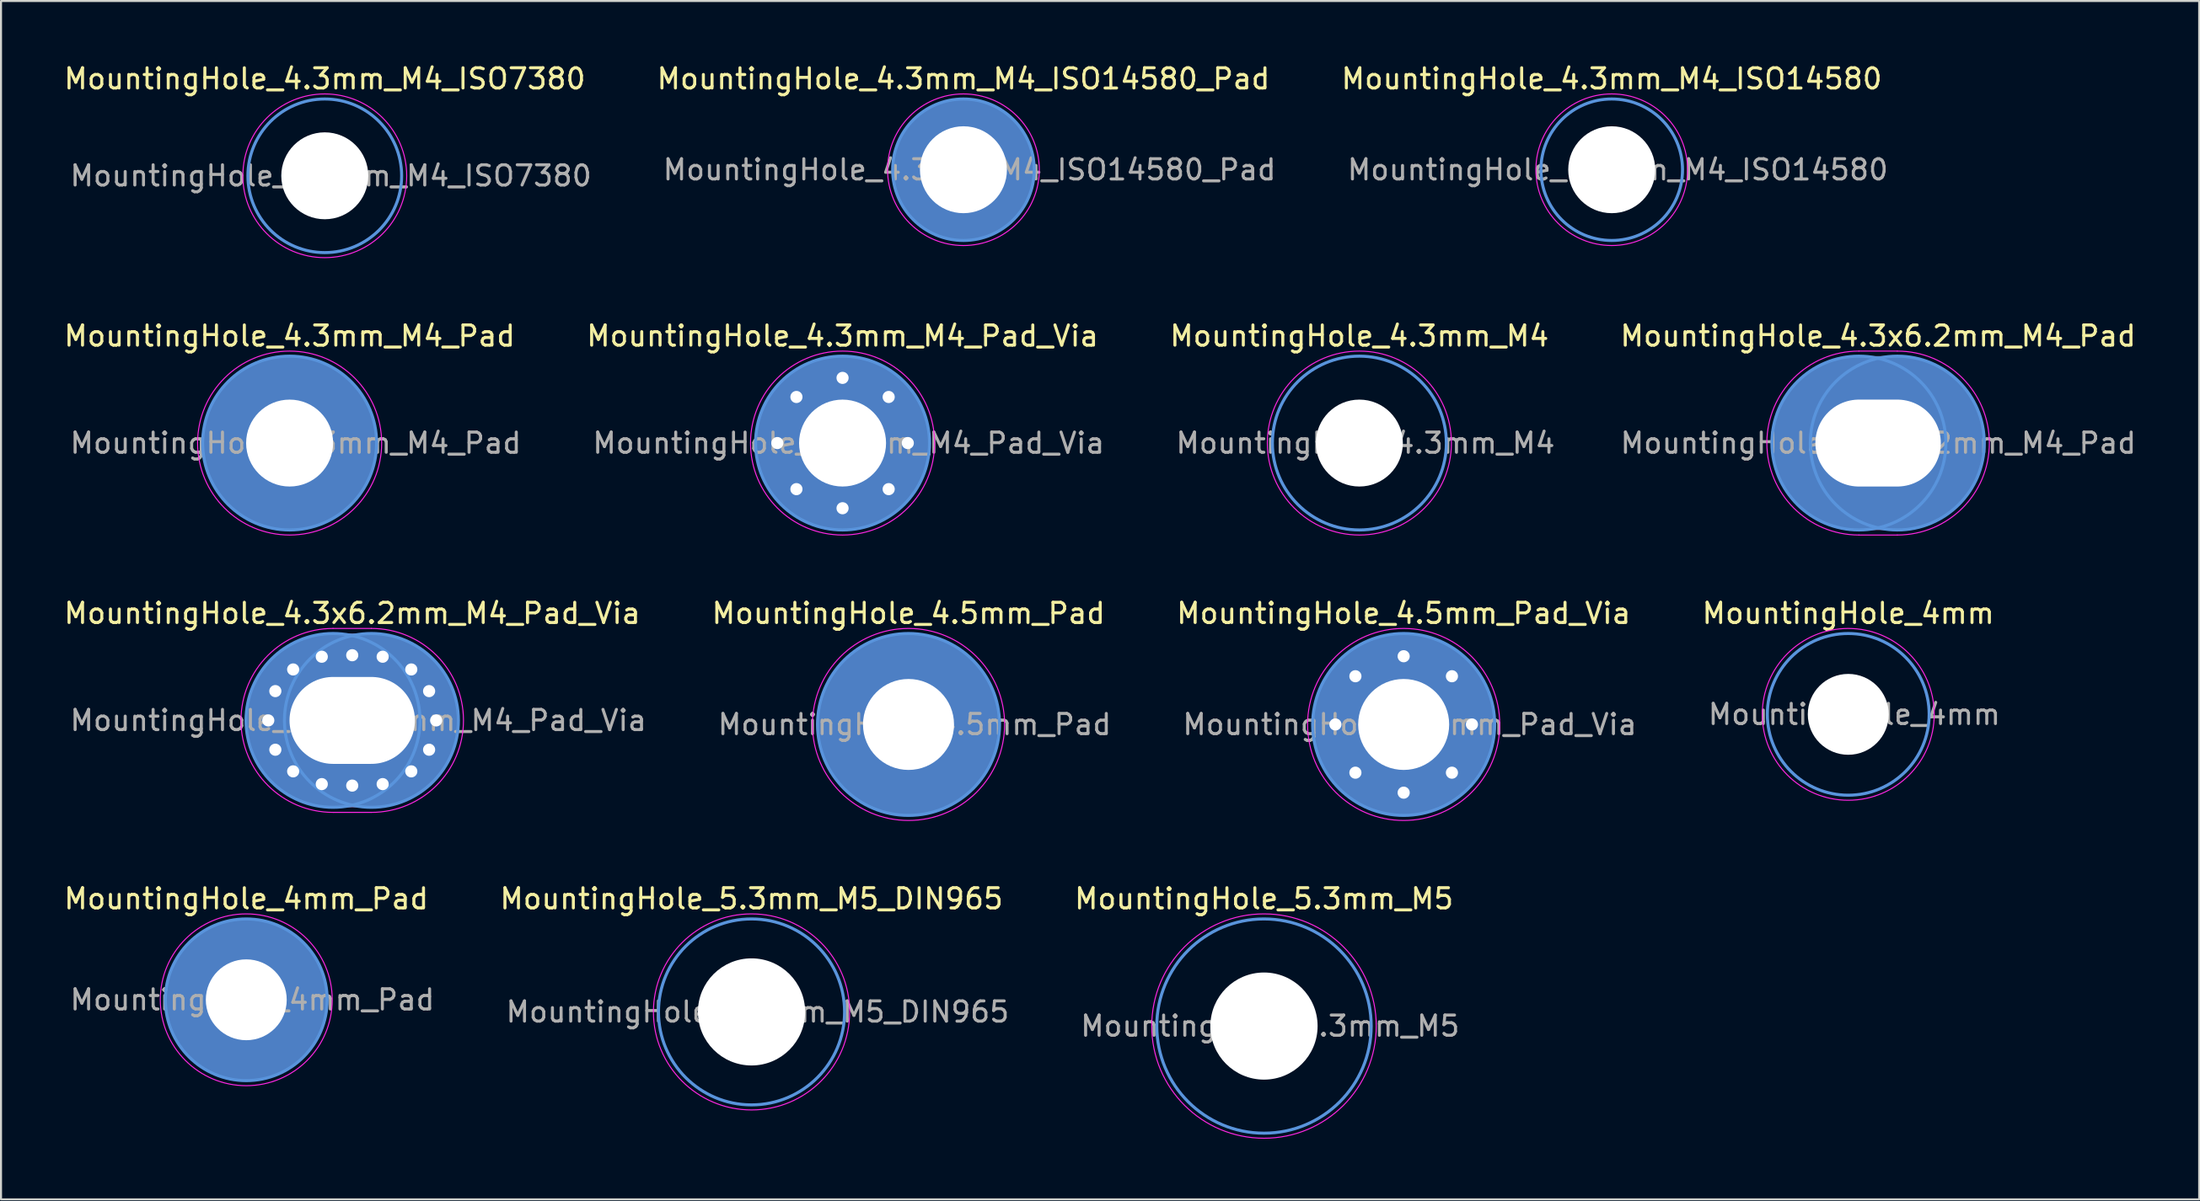
<source format=kicad_pcb>
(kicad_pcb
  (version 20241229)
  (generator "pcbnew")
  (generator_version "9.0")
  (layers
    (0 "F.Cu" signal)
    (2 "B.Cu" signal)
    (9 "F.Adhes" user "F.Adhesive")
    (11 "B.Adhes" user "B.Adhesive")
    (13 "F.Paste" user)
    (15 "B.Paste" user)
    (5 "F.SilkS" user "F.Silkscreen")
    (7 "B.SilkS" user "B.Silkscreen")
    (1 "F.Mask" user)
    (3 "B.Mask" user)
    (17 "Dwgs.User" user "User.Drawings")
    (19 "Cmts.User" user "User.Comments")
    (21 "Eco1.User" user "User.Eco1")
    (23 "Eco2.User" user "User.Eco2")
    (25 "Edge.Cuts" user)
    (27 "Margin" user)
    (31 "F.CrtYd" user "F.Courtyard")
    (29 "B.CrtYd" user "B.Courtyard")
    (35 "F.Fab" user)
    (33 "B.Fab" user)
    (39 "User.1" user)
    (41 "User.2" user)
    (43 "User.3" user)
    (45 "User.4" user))
  (footprint "MountingHole_4.3mm_M4_ISO14580_Pad"
    (layer "F.Cu")
    (at 44.58 5.348)
    (property "Reference" "MountingHole_4.3mm_M4_ISO14580_Pad" (at 0 -4.5 0) (layer "F.SilkS") (effects (font (size 1 1) (thickness 0.15))))
    (attr exclude_from_pos_files exclude_from_bom)
    (fp_circle (center 0 0) (end 3.5 0) (stroke (width 0.15) (type solid)) (fill no) (layer "Cmts.User"))
    (fp_circle (center 0 0) (end 3.75 0) (stroke (width 0.05) (type solid)) (fill no) (layer "F.CrtYd"))
    (fp_text user "${REFERENCE}" (at 0.3 0 0) (layer "F.Fab") (effects (font (size 1 1) (thickness 0.15))))
    (pad "1" thru_hole circle (at 0 0) (size 7 7) (drill 4.3) (layers "*.Cu" "*.Mask")))
  (footprint "MountingHole_4.3mm_M4_ISO7380"
    (layer "F.Cu")
    (at 13.006 5.648)
    (property "Reference" "MountingHole_4.3mm_M4_ISO7380" (at 0 -4.8 0) (layer "F.SilkS") (effects (font (size 1 1) (thickness 0.15))))
    (attr exclude_from_pos_files exclude_from_bom)
    (fp_circle (center 0 0) (end 3.8 0) (stroke (width 0.15) (type solid)) (fill no) (layer "Cmts.User"))
    (fp_circle (center 0 0) (end 4.05 0) (stroke (width 0.05) (type solid)) (fill no) (layer "F.CrtYd"))
    (fp_text user "${REFERENCE}" (at 0.3 0 0) (layer "F.Fab") (effects (font (size 1 1) (thickness 0.15))))
    (pad "" np_thru_hole circle (at 0 0) (size 4.3 4.3) (drill 4.3) (layers "*.Cu" "*.Mask")))
  (footprint "MountingHole_4.5mm_Pad_Via"
    (layer "F.Cu")
    (at 66.344 32.795)
    (property "Reference" "MountingHole_4.5mm_Pad_Via" (at 0 -5.5 0) (layer "F.SilkS") (effects (font (size 1 1) (thickness 0.15))))
    (attr exclude_from_pos_files exclude_from_bom)
    (fp_circle (center 0 0) (end 4.5 0) (stroke (width 0.15) (type solid)) (fill no) (layer "Cmts.User"))
    (fp_circle (center 0 0) (end 4.75 0) (stroke (width 0.05) (type solid)) (fill no) (layer "F.CrtYd"))
    (fp_text user "${REFERENCE}" (at 0.3 0 0) (layer "F.Fab") (effects (font (size 1 1) (thickness 0.15))))
    (pad "1" thru_hole circle (at -3.375 0) (size 0.9 0.9) (drill 0.6) (layers "*.Cu" "*.Mask"))
    (pad "1" thru_hole circle (at -2.386 -2.386) (size 0.9 0.9) (drill 0.6) (layers "*.Cu" "*.Mask"))
    (pad "1" thru_hole circle (at -2.386 2.386) (size 0.9 0.9) (drill 0.6) (layers "*.Cu" "*.Mask"))
    (pad "1" thru_hole circle (at 0 -3.375) (size 0.9 0.9) (drill 0.6) (layers "*.Cu" "*.Mask"))
    (pad "1" thru_hole circle (at 0 0) (size 9 9) (drill 4.5) (layers "*.Cu" "*.Mask"))
    (pad "1" thru_hole circle (at 0 3.375) (size 0.9 0.9) (drill 0.6) (layers "*.Cu" "*.Mask"))
    (pad "1" thru_hole circle (at 2.386 -2.386) (size 0.9 0.9) (drill 0.6) (layers "*.Cu" "*.Mask"))
    (pad "1" thru_hole circle (at 2.386 2.386) (size 0.9 0.9) (drill 0.6) (layers "*.Cu" "*.Mask"))
    (pad "1" thru_hole circle (at 3.375 0) (size 0.9 0.9) (drill 0.6) (layers "*.Cu" "*.Mask")))
  (footprint "MountingHole_5.3mm_M5"
    (layer "F.Cu")
    (at 59.439 47.718)
    (property "Reference" "MountingHole_5.3mm_M5" (at 0 -6.3 0) (layer "F.SilkS") (effects (font (size 1 1) (thickness 0.15))))
    (attr exclude_from_pos_files exclude_from_bom)
    (fp_circle (center 0 0) (end 5.3 0) (stroke (width 0.15) (type solid)) (fill no) (layer "Cmts.User"))
    (fp_circle (center 0 0) (end 5.55 0) (stroke (width 0.05) (type solid)) (fill no) (layer "F.CrtYd"))
    (fp_text user "${REFERENCE}" (at 0.3 0 0) (layer "F.Fab") (effects (font (size 1 1) (thickness 0.15))))
    (pad "" np_thru_hole circle (at 0 0) (size 5.3 5.3) (drill 5.3) (layers "*.Cu" "*.Mask")))
  (footprint "MountingHole_4.3x6.2mm_M4_Pad"
    (layer "F.Cu")
    (at 89.799 18.872)
    (property "Reference" "MountingHole_4.3x6.2mm_M4_Pad" (at 0 -5.3 0) (layer "F.SilkS") (effects (font (size 1 1) (thickness 0.15))))
    (attr exclude_from_pos_files exclude_from_bom)
    (fp_circle (center -0.95 0) (end 3.35 0) (stroke (width 0.15) (type solid)) (fill no) (layer "Cmts.User"))
    (fp_circle (center 0.95 0) (end 5.25 0) (stroke (width 0.15) (type solid)) (fill no) (layer "Cmts.User"))
    (fp_line (start -0.95 -4.55) (end 0.95 -4.55) (stroke (width 0.05) (type solid)) (layer "F.CrtYd"))
    (fp_line (start 0.95 4.55) (end -0.95 4.55) (stroke (width 0.05) (type solid)) (layer "F.CrtYd"))
    (fp_arc (start -0.95 4.55) (mid -5.5 0) (end -0.95 -4.55) (stroke (width 0.05) (type solid)) (layer "F.CrtYd"))
    (fp_arc (start 0.95 -4.55) (mid 5.5 0) (end 0.95 4.55) (stroke (width 0.05) (type solid)) (layer "F.CrtYd"))
    (fp_text user "${REFERENCE}" (at 0.01 0 0) (layer "F.Fab") (effects (font (size 1 1) (thickness 0.15))))
    (pad "1" thru_hole oval (at 0 0) (size 10.4 8.6) (drill oval 6.2 4.3) (layers "*.Cu" "*.Mask")))
  (footprint "MountingHole_4.5mm_Pad"
    (layer "F.Cu")
    (at 41.865 32.795)
    (property "Reference" "MountingHole_4.5mm_Pad" (at 0 -5.5 0) (layer "F.SilkS") (effects (font (size 1 1) (thickness 0.15))))
    (attr exclude_from_pos_files exclude_from_bom)
    (fp_circle (center 0 0) (end 4.5 0) (stroke (width 0.15) (type solid)) (fill no) (layer "Cmts.User"))
    (fp_circle (center 0 0) (end 4.75 0) (stroke (width 0.05) (type solid)) (fill no) (layer "F.CrtYd"))
    (fp_text user "${REFERENCE}" (at 0.3 0 0) (layer "F.Fab") (effects (font (size 1 1) (thickness 0.15))))
    (pad "1" thru_hole circle (at 0 0) (size 9 9) (drill 4.5) (layers "*.Cu" "*.Mask")))
  (footprint "MountingHole_4.3mm_M4_Pad_Via"
    (layer "F.Cu")
    (at 38.604 18.872)
    (property "Reference" "MountingHole_4.3mm_M4_Pad_Via" (at 0 -5.3 0) (layer "F.SilkS") (effects (font (size 1 1) (thickness 0.15))))
    (attr exclude_from_pos_files exclude_from_bom)
    (fp_circle (center 0 0) (end 4.3 0) (stroke (width 0.15) (type solid)) (fill no) (layer "Cmts.User"))
    (fp_circle (center 0 0) (end 4.55 0) (stroke (width 0.05) (type solid)) (fill no) (layer "F.CrtYd"))
    (fp_text user "${REFERENCE}" (at 0.3 0 0) (layer "F.Fab") (effects (font (size 1 1) (thickness 0.15))))
    (pad "1" thru_hole circle (at -3.225 0) (size 0.9 0.9) (drill 0.6) (layers "*.Cu" "*.Mask"))
    (pad "1" thru_hole circle (at -2.28 -2.28) (size 0.9 0.9) (drill 0.6) (layers "*.Cu" "*.Mask"))
    (pad "1" thru_hole circle (at -2.28 2.28) (size 0.9 0.9) (drill 0.6) (layers "*.Cu" "*.Mask"))
    (pad "1" thru_hole circle (at 0 -3.225) (size 0.9 0.9) (drill 0.6) (layers "*.Cu" "*.Mask"))
    (pad "1" thru_hole circle (at 0 0) (size 8.6 8.6) (drill 4.3) (layers "*.Cu" "*.Mask"))
    (pad "1" thru_hole circle (at 0 3.225) (size 0.9 0.9) (drill 0.6) (layers "*.Cu" "*.Mask"))
    (pad "1" thru_hole circle (at 2.28 -2.28) (size 0.9 0.9) (drill 0.6) (layers "*.Cu" "*.Mask"))
    (pad "1" thru_hole circle (at 2.28 2.28) (size 0.9 0.9) (drill 0.6) (layers "*.Cu" "*.Mask"))
    (pad "1" thru_hole circle (at 3.225 0) (size 0.9 0.9) (drill 0.6) (layers "*.Cu" "*.Mask")))
  (footprint "MountingHole_4.3mm_M4"
    (layer "F.Cu")
    (at 64.154 18.872)
    (property "Reference" "MountingHole_4.3mm_M4" (at 0 -5.3 0) (layer "F.SilkS") (effects (font (size 1 1) (thickness 0.15))))
    (attr exclude_from_pos_files exclude_from_bom)
    (fp_circle (center 0 0) (end 4.3 0) (stroke (width 0.15) (type solid)) (fill no) (layer "Cmts.User"))
    (fp_circle (center 0 0) (end 4.55 0) (stroke (width 0.05) (type solid)) (fill no) (layer "F.CrtYd"))
    (fp_text user "${REFERENCE}" (at 0.3 0 0) (layer "F.Fab") (effects (font (size 1 1) (thickness 0.15))))
    (pad "" np_thru_hole circle (at 0 0) (size 4.3 4.3) (drill 4.3) (layers "*.Cu" "*.Mask")))
  (footprint "MountingHole_4.3x6.2mm_M4_Pad_Via"
    (layer "F.Cu")
    (at 14.363 32.595)
    (property "Reference" "MountingHole_4.3x6.2mm_M4_Pad_Via" (at 0 -5.3 0) (layer "F.SilkS") (effects (font (size 1 1) (thickness 0.15))))
    (attr exclude_from_pos_files exclude_from_bom)
    (fp_circle (center -0.95 0) (end 3.35 0) (stroke (width 0.15) (type solid)) (fill no) (layer "Cmts.User"))
    (fp_circle (center 0.95 0) (end 5.25 0) (stroke (width 0.15) (type solid)) (fill no) (layer "Cmts.User"))
    (fp_line (start -0.95 -4.55) (end 0.95 -4.55) (stroke (width 0.05) (type solid)) (layer "F.CrtYd"))
    (fp_line (start 0.95 4.55) (end -0.95 4.55) (stroke (width 0.05) (type solid)) (layer "F.CrtYd"))
    (fp_arc (start -0.95 4.55) (mid -5.5 0) (end -0.95 -4.55) (stroke (width 0.05) (type solid)) (layer "F.CrtYd"))
    (fp_arc (start 0.95 -4.55) (mid 5.5 0) (end 0.95 4.55) (stroke (width 0.05) (type solid)) (layer "F.CrtYd"))
    (fp_text user "${REFERENCE}" (at 0.3 0 0) (layer "F.Fab") (effects (font (size 1 1) (thickness 0.15))))
    (pad "1" thru_hole circle (at -4.15 0) (size 0.9 0.9) (drill 0.6) (layers "*.Cu" "*.Mask"))
    (pad "1" thru_hole circle (at -3.801 -1.45) (size 0.9 0.9) (drill 0.6) (layers "*.Cu" "*.Mask"))
    (pad "1" thru_hole circle (at -3.801 1.45) (size 0.9 0.9) (drill 0.6) (layers "*.Cu" "*.Mask"))
    (pad "1" thru_hole circle (at -2.92 -2.521) (size 0.9 0.9) (drill 0.6) (layers "*.Cu" "*.Mask"))
    (pad "1" thru_hole circle (at -2.92 2.521) (size 0.9 0.9) (drill 0.6) (layers "*.Cu" "*.Mask"))
    (pad "1" thru_hole circle (at -1.505 -3.151) (size 0.9 0.9) (drill 0.6) (layers "*.Cu" "*.Mask"))
    (pad "1" thru_hole circle (at -1.505 3.151) (size 0.9 0.9) (drill 0.6) (layers "*.Cu" "*.Mask"))
    (pad "1" thru_hole circle (at 0 -3.225) (size 0.9 0.9) (drill 0.6) (layers "*.Cu" "*.Mask"))
    (pad "1" thru_hole oval (at 0 0) (size 10.4 8.6) (drill oval 6.2 4.3) (layers "*.Cu" "*.Mask"))
    (pad "1" thru_hole circle (at 0 3.225) (size 0.9 0.9) (drill 0.6) (layers "*.Cu" "*.Mask"))
    (pad "1" thru_hole circle (at 1.505 -3.151) (size 0.9 0.9) (drill 0.6) (layers "*.Cu" "*.Mask"))
    (pad "1" thru_hole circle (at 1.505 3.151) (size 0.9 0.9) (drill 0.6) (layers "*.Cu" "*.Mask"))
    (pad "1" thru_hole circle (at 2.92 -2.521) (size 0.9 0.9) (drill 0.6) (layers "*.Cu" "*.Mask"))
    (pad "1" thru_hole circle (at 2.92 2.521) (size 0.9 0.9) (drill 0.6) (layers "*.Cu" "*.Mask"))
    (pad "1" thru_hole circle (at 3.801 -1.45) (size 0.9 0.9) (drill 0.6) (layers "*.Cu" "*.Mask"))
    (pad "1" thru_hole circle (at 3.801 1.45) (size 0.9 0.9) (drill 0.6) (layers "*.Cu" "*.Mask"))
    (pad "1" thru_hole circle (at 4.15 0) (size 0.9 0.9) (drill 0.6) (layers "*.Cu" "*.Mask")))
  (footprint "MountingHole_4.3mm_M4_ISO14580"
    (layer "F.Cu")
    (at 76.63 5.348)
    (property "Reference" "MountingHole_4.3mm_M4_ISO14580" (at 0 -4.5 0) (layer "F.SilkS") (effects (font (size 1 1) (thickness 0.15))))
    (attr exclude_from_pos_files exclude_from_bom)
    (fp_circle (center 0 0) (end 3.5 0) (stroke (width 0.15) (type solid)) (fill no) (layer "Cmts.User"))
    (fp_circle (center 0 0) (end 3.75 0) (stroke (width 0.05) (type solid)) (fill no) (layer "F.CrtYd"))
    (fp_text user "${REFERENCE}" (at 0.3 0 0) (layer "F.Fab") (effects (font (size 1 1) (thickness 0.15))))
    (pad "" np_thru_hole circle (at 0 0) (size 4.3 4.3) (drill 4.3) (layers "*.Cu" "*.Mask")))
  (footprint "MountingHole_4.3mm_M4_Pad"
    (layer "F.Cu")
    (at 11.268 18.872)
    (property "Reference" "MountingHole_4.3mm_M4_Pad" (at 0 -5.3 0) (layer "F.SilkS") (effects (font (size 1 1) (thickness 0.15))))
    (attr exclude_from_pos_files exclude_from_bom)
    (fp_circle (center 0 0) (end 4.3 0) (stroke (width 0.15) (type solid)) (fill no) (layer "Cmts.User"))
    (fp_circle (center 0 0) (end 4.55 0) (stroke (width 0.05) (type solid)) (fill no) (layer "F.CrtYd"))
    (fp_text user "${REFERENCE}" (at 0.3 0 0) (layer "F.Fab") (effects (font (size 1 1) (thickness 0.15))))
    (pad "1" thru_hole circle (at 0 0) (size 8.6 8.6) (drill 4.3) (layers "*.Cu" "*.Mask")))
  (footprint "MountingHole_4mm"
    (layer "F.Cu")
    (at 88.323 32.295)
    (property "Reference" "MountingHole_4mm" (at 0 -5 0) (layer "F.SilkS") (effects (font (size 1 1) (thickness 0.15))))
    (attr exclude_from_pos_files exclude_from_bom)
    (fp_circle (center 0 0) (end 4 0) (stroke (width 0.15) (type solid)) (fill no) (layer "Cmts.User"))
    (fp_circle (center 0 0) (end 4.25 0) (stroke (width 0.05) (type solid)) (fill no) (layer "F.CrtYd"))
    (fp_text user "${REFERENCE}" (at 0.3 0 0) (layer "F.Fab") (effects (font (size 1 1) (thickness 0.15))))
    (pad "" np_thru_hole circle (at 0 0) (size 4 4) (drill 4) (layers "*.Cu" "*.Mask")))
  (footprint "MountingHole_4mm_Pad"
    (layer "F.Cu")
    (at 9.125 46.418)
    (property "Reference" "MountingHole_4mm_Pad" (at 0 -5 0) (layer "F.SilkS") (effects (font (size 1 1) (thickness 0.15))))
    (attr exclude_from_pos_files exclude_from_bom)
    (fp_circle (center 0 0) (end 4 0) (stroke (width 0.15) (type solid)) (fill no) (layer "Cmts.User"))
    (fp_circle (center 0 0) (end 4.25 0) (stroke (width 0.05) (type solid)) (fill no) (layer "F.CrtYd"))
    (fp_text user "${REFERENCE}" (at 0.3 0 0) (layer "F.Fab") (effects (font (size 1 1) (thickness 0.15))))
    (pad "1" thru_hole circle (at 0 0) (size 8 8) (drill 4) (layers "*.Cu" "*.Mask")))
  (footprint "MountingHole_5.3mm_M5_DIN965"
    (layer "F.Cu")
    (at 34.104 47.018)
    (property "Reference" "MountingHole_5.3mm_M5_DIN965" (at 0 -5.6 0) (layer "F.SilkS") (effects (font (size 1 1) (thickness 0.15))))
    (attr exclude_from_pos_files exclude_from_bom)
    (fp_circle (center 0 0) (end 4.6 0) (stroke (width 0.15) (type solid)) (fill no) (layer "Cmts.User"))
    (fp_circle (center 0 0) (end 4.85 0) (stroke (width 0.05) (type solid)) (fill no) (layer "F.CrtYd"))
    (fp_text user "${REFERENCE}" (at 0.3 0 0) (layer "F.Fab") (effects (font (size 1 1) (thickness 0.15))))
    (pad "" np_thru_hole circle (at 0 0) (size 5.3 5.3) (drill 5.3) (layers "*.Cu" "*.Mask")))
  (gr_rect
    (start -3 -3)
    (end 105.672 56.293)
    (stroke (width 0.1) (type default))
    (fill no)
    (layer "Edge.Cuts")))
</source>
